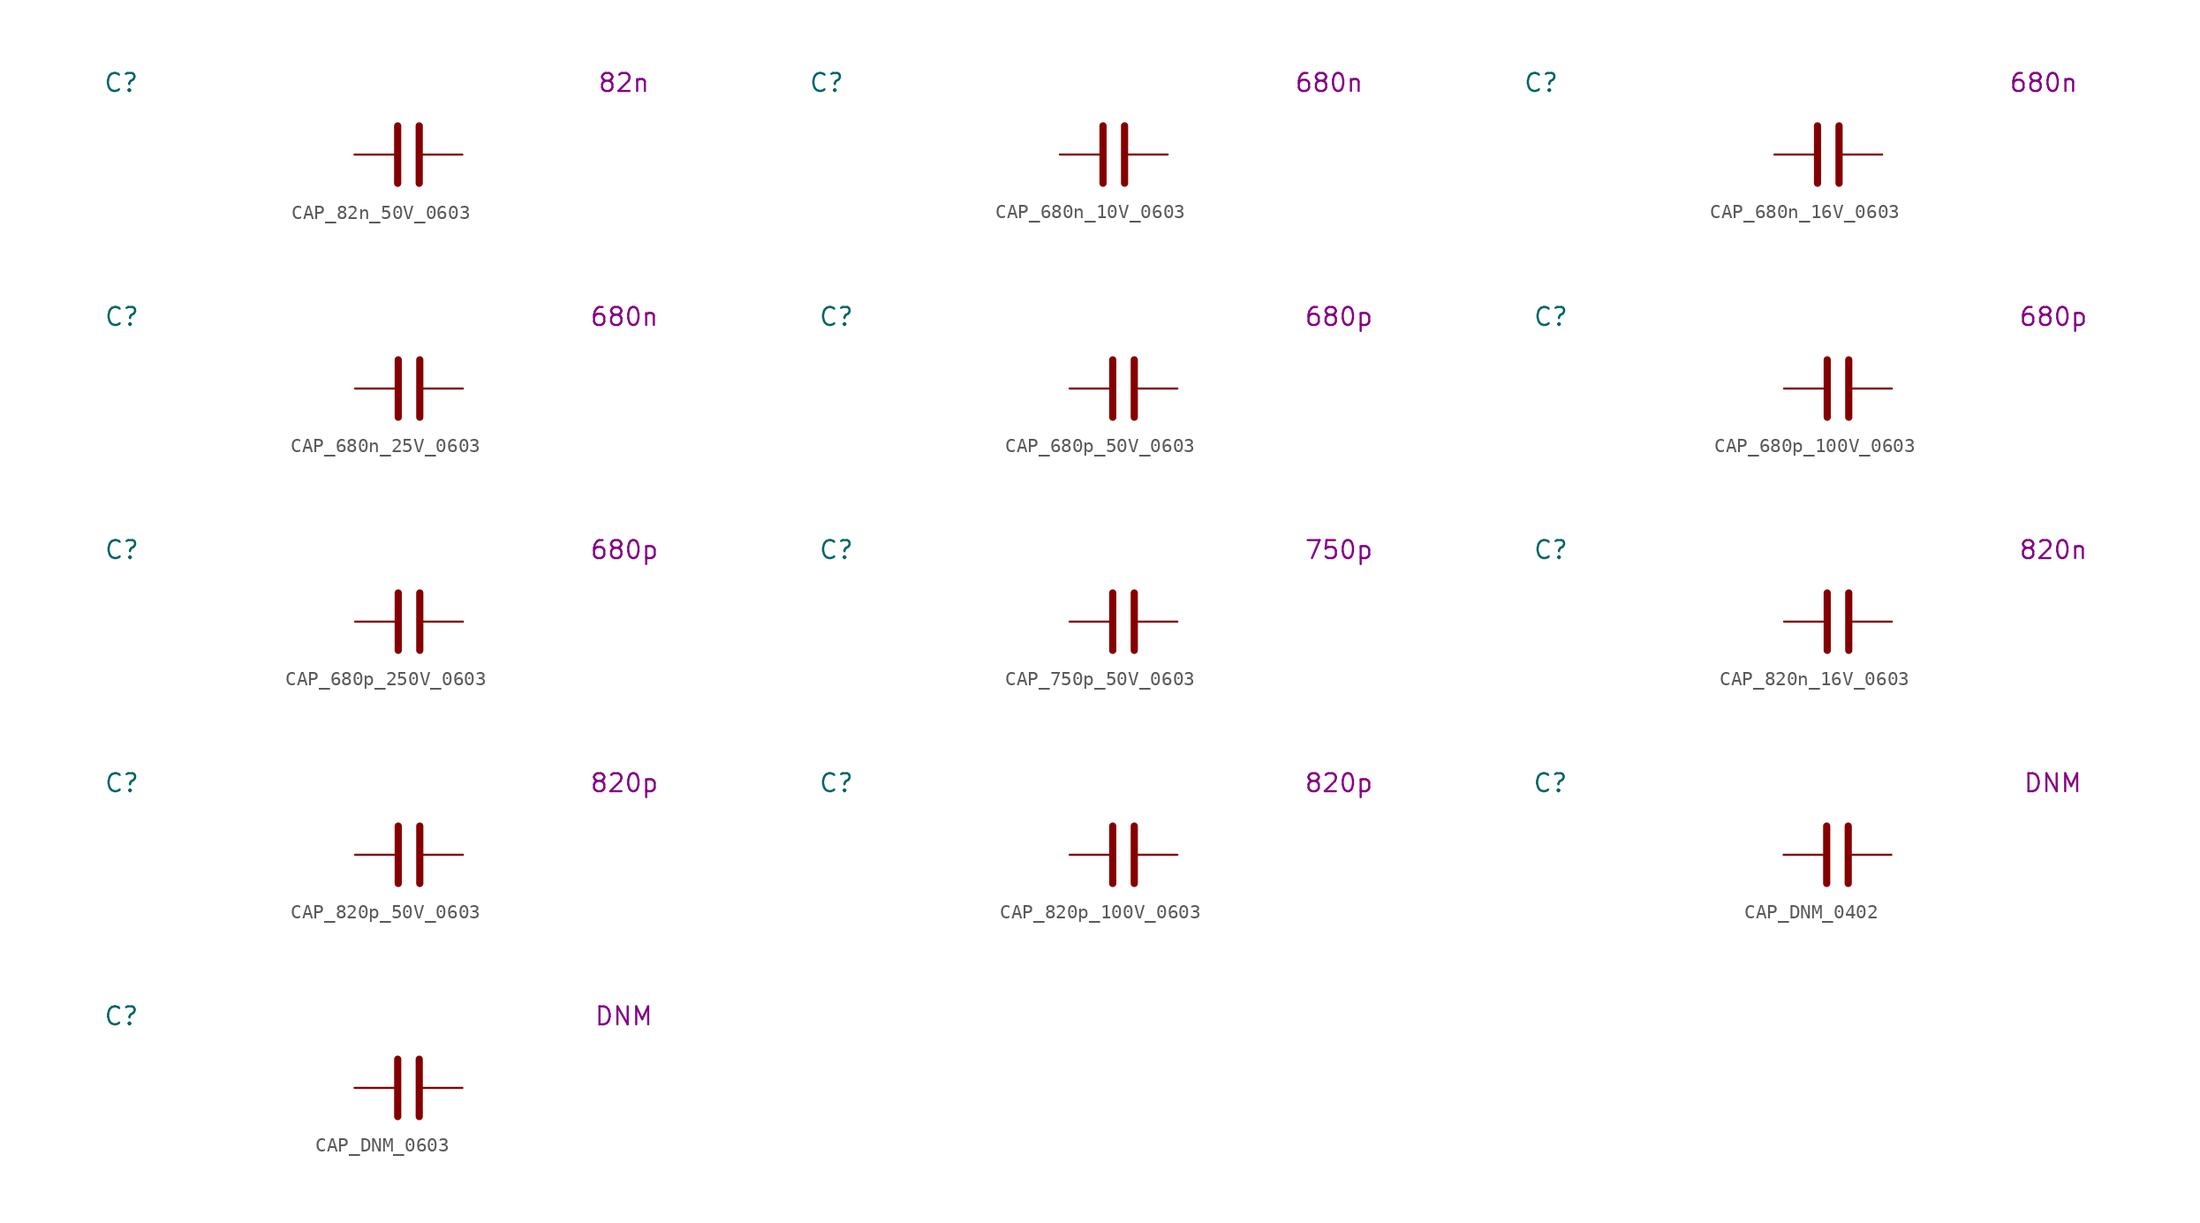
<source format=kicad_sym>
(kicad_symbol_lib
  (version 20231120)
  (generator "kicad_symbol_editor")
  (generator_version "8.0")
  (symbol "CAP_82n_50V_0603"
    (pin_numbers hide)
    (property "Reference" "C"
      (at -20.32 5.08 0)
      (effects (font (size 1.27 1.27))))
    (property "Display Value" "82n"
      (at 15.24 5.08 0)
      (effects (font (size 1.27 1.27))))
    (symbol "CAP_82n_50V_0603_0_1"
      (polyline (pts (xy -0.762 -2.032) (xy -0.762 2.032)) (stroke (width 0.508) (type default)) (fill (type none)))
      (polyline (pts (xy 0.762 -2.032) (xy 0.762 2.032)) (stroke (width 0.508) (type default)) (fill (type none))))
    (symbol "CAP_82n_50V_0603_1_1"
      (pin passive line (at -3.81 0 0) (length 2.794) (name "~" (effects (font (size 1.27 1.27)))) (number "1" (effects (font (size 1.27 1.27)))))
      (pin passive line (at 3.81 0 180) (length 2.794) (name "~" (effects (font (size 1.27 1.27)))) (number "2" (effects (font (size 1.27 1.27)))))))
  (symbol "CAP_680n_10V_0603"
    (pin_numbers hide)
    (property "Reference" "C"
      (at -20.32 5.08 0)
      (effects (font (size 1.27 1.27))))
    (property "Display Value" "680n"
      (at 15.24 5.08 0)
      (effects (font (size 1.27 1.27))))
    (symbol "CAP_680n_10V_0603_0_1"
      (polyline (pts (xy -0.762 -2.032) (xy -0.762 2.032)) (stroke (width 0.508) (type default)) (fill (type none)))
      (polyline (pts (xy 0.762 -2.032) (xy 0.762 2.032)) (stroke (width 0.508) (type default)) (fill (type none))))
    (symbol "CAP_680n_10V_0603_1_1"
      (pin passive line (at -3.81 0 0) (length 2.794) (name "~" (effects (font (size 1.27 1.27)))) (number "1" (effects (font (size 1.27 1.27)))))
      (pin passive line (at 3.81 0 180) (length 2.794) (name "~" (effects (font (size 1.27 1.27)))) (number "2" (effects (font (size 1.27 1.27)))))))
  (symbol "CAP_680n_16V_0603"
    (pin_numbers hide)
    (property "Reference" "C"
      (at -20.32 5.08 0)
      (effects (font (size 1.27 1.27))))
    (property "Display Value" "680n"
      (at 15.24 5.08 0)
      (effects (font (size 1.27 1.27))))
    (symbol "CAP_680n_16V_0603_0_1"
      (polyline (pts (xy -0.762 -2.032) (xy -0.762 2.032)) (stroke (width 0.508) (type default)) (fill (type none)))
      (polyline (pts (xy 0.762 -2.032) (xy 0.762 2.032)) (stroke (width 0.508) (type default)) (fill (type none))))
    (symbol "CAP_680n_16V_0603_1_1"
      (pin passive line (at -3.81 0 0) (length 2.794) (name "~" (effects (font (size 1.27 1.27)))) (number "1" (effects (font (size 1.27 1.27)))))
      (pin passive line (at 3.81 0 180) (length 2.794) (name "~" (effects (font (size 1.27 1.27)))) (number "2" (effects (font (size 1.27 1.27)))))))
  (symbol "CAP_680n_25V_0603"
    (pin_numbers hide)
    (property "Reference" "C"
      (at -20.32 5.08 0)
      (effects (font (size 1.27 1.27))))
    (property "Display Value" "680n"
      (at 15.24 5.08 0)
      (effects (font (size 1.27 1.27))))
    (symbol "CAP_680n_25V_0603_0_1"
      (polyline (pts (xy -0.762 -2.032) (xy -0.762 2.032)) (stroke (width 0.508) (type default)) (fill (type none)))
      (polyline (pts (xy 0.762 -2.032) (xy 0.762 2.032)) (stroke (width 0.508) (type default)) (fill (type none))))
    (symbol "CAP_680n_25V_0603_1_1"
      (pin passive line (at -3.81 0 0) (length 2.794) (name "~" (effects (font (size 1.27 1.27)))) (number "1" (effects (font (size 1.27 1.27)))))
      (pin passive line (at 3.81 0 180) (length 2.794) (name "~" (effects (font (size 1.27 1.27)))) (number "2" (effects (font (size 1.27 1.27)))))))
  (symbol "CAP_680p_50V_0603"
    (pin_numbers hide)
    (property "Reference" "C"
      (at -20.32 5.08 0)
      (effects (font (size 1.27 1.27))))
    (property "Display Value" "680p"
      (at 15.24 5.08 0)
      (effects (font (size 1.27 1.27))))
    (symbol "CAP_680p_50V_0603_0_1"
      (polyline (pts (xy -0.762 -2.032) (xy -0.762 2.032)) (stroke (width 0.508) (type default)) (fill (type none)))
      (polyline (pts (xy 0.762 -2.032) (xy 0.762 2.032)) (stroke (width 0.508) (type default)) (fill (type none))))
    (symbol "CAP_680p_50V_0603_1_1"
      (pin passive line (at -3.81 0 0) (length 2.794) (name "~" (effects (font (size 1.27 1.27)))) (number "1" (effects (font (size 1.27 1.27)))))
      (pin passive line (at 3.81 0 180) (length 2.794) (name "~" (effects (font (size 1.27 1.27)))) (number "2" (effects (font (size 1.27 1.27)))))))
  (symbol "CAP_680p_100V_0603"
    (pin_numbers hide)
    (property "Reference" "C"
      (at -20.32 5.08 0)
      (effects (font (size 1.27 1.27))))
    (property "Display Value" "680p"
      (at 15.24 5.08 0)
      (effects (font (size 1.27 1.27))))
    (symbol "CAP_680p_100V_0603_0_1"
      (polyline (pts (xy -0.762 -2.032) (xy -0.762 2.032)) (stroke (width 0.508) (type default)) (fill (type none)))
      (polyline (pts (xy 0.762 -2.032) (xy 0.762 2.032)) (stroke (width 0.508) (type default)) (fill (type none))))
    (symbol "CAP_680p_100V_0603_1_1"
      (pin passive line (at -3.81 0 0) (length 2.794) (name "~" (effects (font (size 1.27 1.27)))) (number "1" (effects (font (size 1.27 1.27)))))
      (pin passive line (at 3.81 0 180) (length 2.794) (name "~" (effects (font (size 1.27 1.27)))) (number "2" (effects (font (size 1.27 1.27)))))))
  (symbol "CAP_680p_250V_0603"
    (pin_numbers hide)
    (property "Reference" "C"
      (at -20.32 5.08 0)
      (effects (font (size 1.27 1.27))))
    (property "Display Value" "680p"
      (at 15.24 5.08 0)
      (effects (font (size 1.27 1.27))))
    (symbol "CAP_680p_250V_0603_0_1"
      (polyline (pts (xy -0.762 -2.032) (xy -0.762 2.032)) (stroke (width 0.508) (type default)) (fill (type none)))
      (polyline (pts (xy 0.762 -2.032) (xy 0.762 2.032)) (stroke (width 0.508) (type default)) (fill (type none))))
    (symbol "CAP_680p_250V_0603_1_1"
      (pin passive line (at -3.81 0 0) (length 2.794) (name "~" (effects (font (size 1.27 1.27)))) (number "1" (effects (font (size 1.27 1.27)))))
      (pin passive line (at 3.81 0 180) (length 2.794) (name "~" (effects (font (size 1.27 1.27)))) (number "2" (effects (font (size 1.27 1.27)))))))
  (symbol "CAP_750p_50V_0603"
    (pin_numbers hide)
    (property "Reference" "C"
      (at -20.32 5.08 0)
      (effects (font (size 1.27 1.27))))
    (property "Display Value" "750p"
      (at 15.24 5.08 0)
      (effects (font (size 1.27 1.27))))
    (symbol "CAP_750p_50V_0603_0_1"
      (polyline (pts (xy -0.762 -2.032) (xy -0.762 2.032)) (stroke (width 0.508) (type default)) (fill (type none)))
      (polyline (pts (xy 0.762 -2.032) (xy 0.762 2.032)) (stroke (width 0.508) (type default)) (fill (type none))))
    (symbol "CAP_750p_50V_0603_1_1"
      (pin passive line (at -3.81 0 0) (length 2.794) (name "~" (effects (font (size 1.27 1.27)))) (number "1" (effects (font (size 1.27 1.27)))))
      (pin passive line (at 3.81 0 180) (length 2.794) (name "~" (effects (font (size 1.27 1.27)))) (number "2" (effects (font (size 1.27 1.27)))))))
  (symbol "CAP_820n_16V_0603"
    (pin_numbers hide)
    (property "Reference" "C"
      (at -20.32 5.08 0)
      (effects (font (size 1.27 1.27))))
    (property "Display Value" "820n"
      (at 15.24 5.08 0)
      (effects (font (size 1.27 1.27))))
    (symbol "CAP_820n_16V_0603_0_1"
      (polyline (pts (xy -0.762 -2.032) (xy -0.762 2.032)) (stroke (width 0.508) (type default)) (fill (type none)))
      (polyline (pts (xy 0.762 -2.032) (xy 0.762 2.032)) (stroke (width 0.508) (type default)) (fill (type none))))
    (symbol "CAP_820n_16V_0603_1_1"
      (pin passive line (at -3.81 0 0) (length 2.794) (name "~" (effects (font (size 1.27 1.27)))) (number "1" (effects (font (size 1.27 1.27)))))
      (pin passive line (at 3.81 0 180) (length 2.794) (name "~" (effects (font (size 1.27 1.27)))) (number "2" (effects (font (size 1.27 1.27)))))))
  (symbol "CAP_820p_50V_0603"
    (pin_numbers hide)
    (property "Reference" "C"
      (at -20.32 5.08 0)
      (effects (font (size 1.27 1.27))))
    (property "Display Value" "820p"
      (at 15.24 5.08 0)
      (effects (font (size 1.27 1.27))))
    (symbol "CAP_820p_50V_0603_0_1"
      (polyline (pts (xy -0.762 -2.032) (xy -0.762 2.032)) (stroke (width 0.508) (type default)) (fill (type none)))
      (polyline (pts (xy 0.762 -2.032) (xy 0.762 2.032)) (stroke (width 0.508) (type default)) (fill (type none))))
    (symbol "CAP_820p_50V_0603_1_1"
      (pin passive line (at -3.81 0 0) (length 2.794) (name "~" (effects (font (size 1.27 1.27)))) (number "1" (effects (font (size 1.27 1.27)))))
      (pin passive line (at 3.81 0 180) (length 2.794) (name "~" (effects (font (size 1.27 1.27)))) (number "2" (effects (font (size 1.27 1.27)))))))
  (symbol "CAP_820p_100V_0603"
    (pin_numbers hide)
    (property "Reference" "C"
      (at -20.32 5.08 0)
      (effects (font (size 1.27 1.27))))
    (property "Display Value" "820p"
      (at 15.24 5.08 0)
      (effects (font (size 1.27 1.27))))
    (symbol "CAP_820p_100V_0603_0_1"
      (polyline (pts (xy -0.762 -2.032) (xy -0.762 2.032)) (stroke (width 0.508) (type default)) (fill (type none)))
      (polyline (pts (xy 0.762 -2.032) (xy 0.762 2.032)) (stroke (width 0.508) (type default)) (fill (type none))))
    (symbol "CAP_820p_100V_0603_1_1"
      (pin passive line (at -3.81 0 0) (length 2.794) (name "~" (effects (font (size 1.27 1.27)))) (number "1" (effects (font (size 1.27 1.27)))))
      (pin passive line (at 3.81 0 180) (length 2.794) (name "~" (effects (font (size 1.27 1.27)))) (number "2" (effects (font (size 1.27 1.27)))))))
  (symbol "CAP_DNM_0402"
    (pin_numbers hide)
    (property "Reference" "C"
      (at -20.32 5.08 0)
      (effects (font (size 1.27 1.27))))
    (property "Display Value" "DNM"
      (at 15.24 5.08 0)
      (effects (font (size 1.27 1.27))))
    (symbol "CAP_DNM_0402_0_1"
      (polyline (pts (xy -0.762 -2.032) (xy -0.762 2.032)) (stroke (width 0.508) (type default)) (fill (type none)))
      (polyline (pts (xy 0.762 -2.032) (xy 0.762 2.032)) (stroke (width 0.508) (type default)) (fill (type none))))
    (symbol "CAP_DNM_0402_1_1"
      (pin passive line (at -3.81 0 0) (length 2.794) (name "~" (effects (font (size 1.27 1.27)))) (number "1" (effects (font (size 1.27 1.27)))))
      (pin passive line (at 3.81 0 180) (length 2.794) (name "~" (effects (font (size 1.27 1.27)))) (number "2" (effects (font (size 1.27 1.27)))))))
  (symbol "CAP_DNM_0603"
    (pin_numbers hide)
    (property "Reference" "C"
      (at -20.32 5.08 0)
      (effects (font (size 1.27 1.27))))
    (property "Display Value" "DNM"
      (at 15.24 5.08 0)
      (effects (font (size 1.27 1.27))))
    (symbol "CAP_DNM_0603_0_1"
      (polyline (pts (xy -0.762 -2.032) (xy -0.762 2.032)) (stroke (width 0.508) (type default)) (fill (type none)))
      (polyline (pts (xy 0.762 -2.032) (xy 0.762 2.032)) (stroke (width 0.508) (type default)) (fill (type none))))
    (symbol "CAP_DNM_0603_1_1"
      (pin passive line (at -3.81 0 0) (length 2.794) (name "~" (effects (font (size 1.27 1.27)))) (number "1" (effects (font (size 1.27 1.27)))))
      (pin passive line (at 3.81 0 180) (length 2.794) (name "~" (effects (font (size 1.27 1.27)))) (number "2" (effects (font (size 1.27 1.27))))))))
</source>
